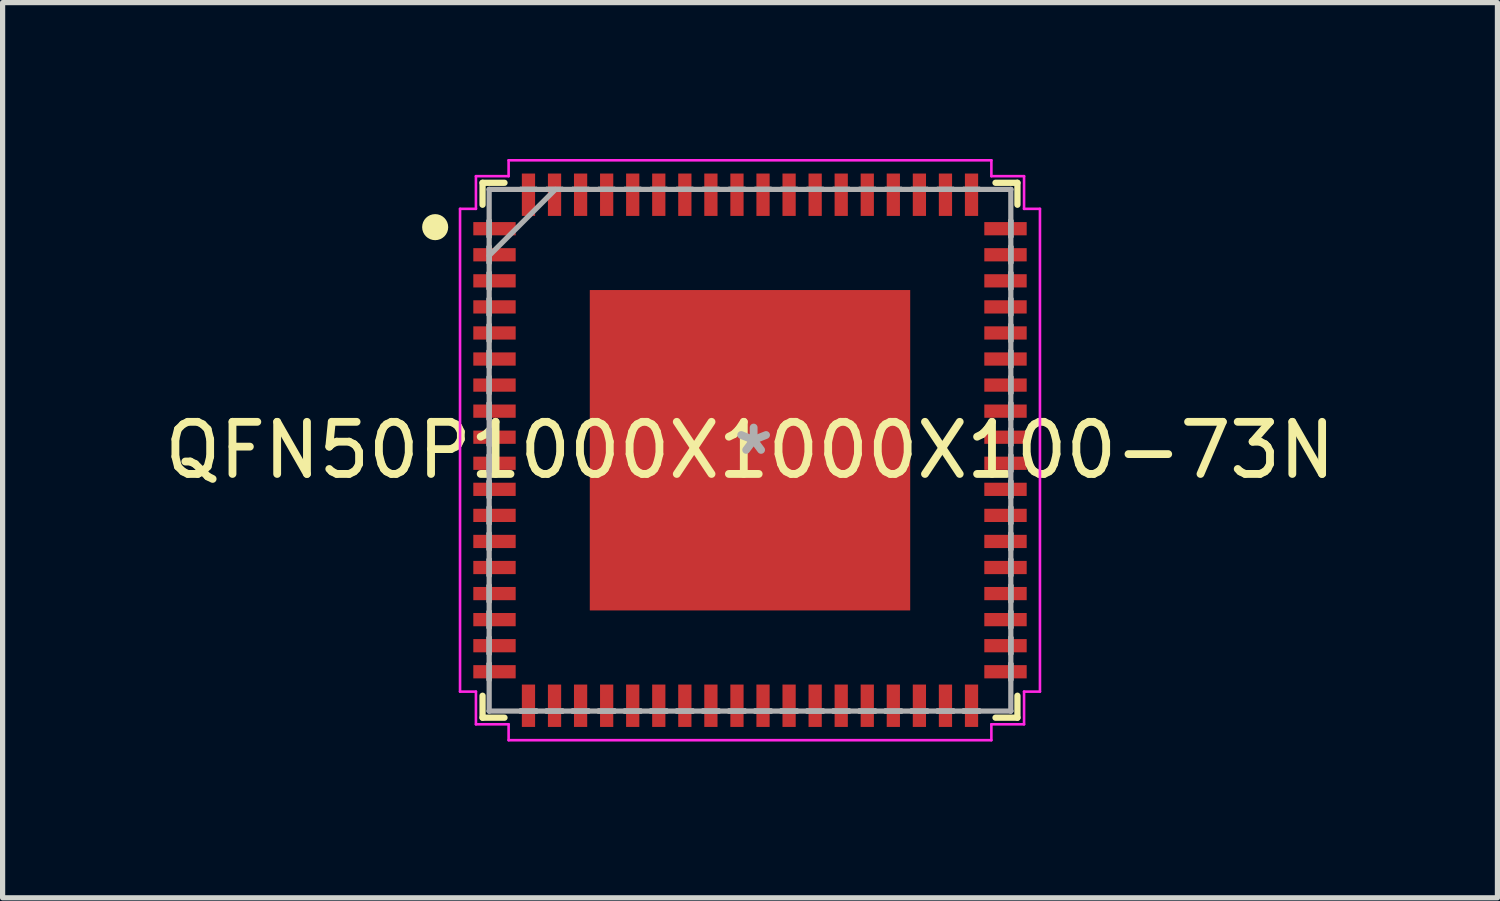
<source format=kicad_pcb>
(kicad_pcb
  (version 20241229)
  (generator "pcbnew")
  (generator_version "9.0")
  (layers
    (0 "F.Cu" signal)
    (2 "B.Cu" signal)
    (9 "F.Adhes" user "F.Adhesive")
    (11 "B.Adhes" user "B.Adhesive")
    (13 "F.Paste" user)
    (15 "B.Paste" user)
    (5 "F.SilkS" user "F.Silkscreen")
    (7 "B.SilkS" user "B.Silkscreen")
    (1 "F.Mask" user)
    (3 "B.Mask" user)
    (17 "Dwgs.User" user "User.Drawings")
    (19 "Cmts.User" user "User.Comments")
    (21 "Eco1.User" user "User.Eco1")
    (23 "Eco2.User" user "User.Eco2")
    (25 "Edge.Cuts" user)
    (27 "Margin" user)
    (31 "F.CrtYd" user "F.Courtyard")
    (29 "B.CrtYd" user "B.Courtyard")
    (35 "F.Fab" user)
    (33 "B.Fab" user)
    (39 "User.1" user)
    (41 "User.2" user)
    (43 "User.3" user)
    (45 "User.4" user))
  (footprint "QFN50P1000X1000X100-73N"
    (layer "F.Cu")
    (at 11.339 5.588)
    (property "Reference" "QFN50P1000X1000X100-73N" (at 0 0 0) (layer "F.SilkS") (effects (font (size 1 1) (thickness 0.15))))
    (attr through_hole)
    (fp_line (start -5.131 -5.131) (end -5.131 -4.71) (stroke (width 0.12) (type solid)) (layer "F.SilkS"))
    (fp_line (start -5.131 4.71) (end -5.131 5.131) (stroke (width 0.12) (type solid)) (layer "F.SilkS"))
    (fp_line (start -5.131 5.131) (end -4.71 5.131) (stroke (width 0.12) (type solid)) (layer "F.SilkS"))
    (fp_line (start -4.71 -5.131) (end -5.131 -5.131) (stroke (width 0.12) (type solid)) (layer "F.SilkS"))
    (fp_line (start 4.71 5.131) (end 5.131 5.131) (stroke (width 0.12) (type solid)) (layer "F.SilkS"))
    (fp_line (start 5.131 -5.131) (end 4.71 -5.131) (stroke (width 0.12) (type solid)) (layer "F.SilkS"))
    (fp_line (start 5.131 -4.71) (end 5.131 -5.131) (stroke (width 0.12) (type solid)) (layer "F.SilkS"))
    (fp_line (start 5.131 5.131) (end 5.131 4.71) (stroke (width 0.12) (type solid)) (layer "F.SilkS"))
    (fp_circle (center -6.04 -4.28) (end -6.04 -4.155) (stroke (width 0.25) (type solid)) (fill no) (layer "F.SilkS"))
    (fp_poly (pts (xy -2.973 -2.973) (xy -2.973 -1.637) (xy -1.637 -1.637) (xy -1.637 -2.973)) (stroke (width 0.1) (type solid)) (fill yes) (layer "F.Paste"))
    (fp_poly (pts (xy -2.973 -1.437) (xy -2.973 -0.1) (xy -1.637 -0.1) (xy -1.637 -1.437)) (stroke (width 0.1) (type solid)) (fill yes) (layer "F.Paste"))
    (fp_poly (pts (xy -2.973 0.1) (xy -2.973 1.437) (xy -1.637 1.437) (xy -1.637 0.1)) (stroke (width 0.1) (type solid)) (fill yes) (layer "F.Paste"))
    (fp_poly (pts (xy -2.973 1.637) (xy -2.973 2.973) (xy -1.637 2.973) (xy -1.637 1.637)) (stroke (width 0.1) (type solid)) (fill yes) (layer "F.Paste"))
    (fp_poly (pts (xy -1.437 -2.973) (xy -1.437 -1.637) (xy -0.1 -1.637) (xy -0.1 -2.973)) (stroke (width 0.1) (type solid)) (fill yes) (layer "F.Paste"))
    (fp_poly (pts (xy -1.437 -1.437) (xy -1.437 -0.1) (xy -0.1 -0.1) (xy -0.1 -1.437)) (stroke (width 0.1) (type solid)) (fill yes) (layer "F.Paste"))
    (fp_poly (pts (xy -1.437 0.1) (xy -1.437 1.437) (xy -0.1 1.437) (xy -0.1 0.1)) (stroke (width 0.1) (type solid)) (fill yes) (layer "F.Paste"))
    (fp_poly (pts (xy -1.437 1.637) (xy -1.437 2.973) (xy -0.1 2.973) (xy -0.1 1.637)) (stroke (width 0.1) (type solid)) (fill yes) (layer "F.Paste"))
    (fp_poly (pts (xy 0.1 -2.973) (xy 0.1 -1.637) (xy 1.437 -1.637) (xy 1.437 -2.973)) (stroke (width 0.1) (type solid)) (fill yes) (layer "F.Paste"))
    (fp_poly (pts (xy 0.1 -1.437) (xy 0.1 -0.1) (xy 1.437 -0.1) (xy 1.437 -1.437)) (stroke (width 0.1) (type solid)) (fill yes) (layer "F.Paste"))
    (fp_poly (pts (xy 0.1 0.1) (xy 0.1 1.437) (xy 1.437 1.437) (xy 1.437 0.1)) (stroke (width 0.1) (type solid)) (fill yes) (layer "F.Paste"))
    (fp_poly (pts (xy 0.1 1.637) (xy 0.1 2.973) (xy 1.437 2.973) (xy 1.437 1.637)) (stroke (width 0.1) (type solid)) (fill yes) (layer "F.Paste"))
    (fp_poly (pts (xy 1.637 -2.973) (xy 1.637 -1.637) (xy 2.973 -1.637) (xy 2.973 -2.973)) (stroke (width 0.1) (type solid)) (fill yes) (layer "F.Paste"))
    (fp_poly (pts (xy 1.637 -1.437) (xy 1.637 -0.1) (xy 2.973 -0.1) (xy 2.973 -1.437)) (stroke (width 0.1) (type solid)) (fill yes) (layer "F.Paste"))
    (fp_poly (pts (xy 1.637 0.1) (xy 1.637 1.437) (xy 2.973 1.437) (xy 2.973 0.1)) (stroke (width 0.1) (type solid)) (fill yes) (layer "F.Paste"))
    (fp_poly (pts (xy 1.637 1.637) (xy 1.637 2.973) (xy 2.973 2.973) (xy 2.973 1.637)) (stroke (width 0.1) (type solid)) (fill yes) (layer "F.Paste"))
    (fp_line (start -5.563 -4.631) (end -5.258 -4.631) (stroke (width 0.05) (type solid)) (layer "F.CrtYd"))
    (fp_line (start -5.563 4.631) (end -5.563 -4.631) (stroke (width 0.05) (type solid)) (layer "F.CrtYd"))
    (fp_line (start -5.258 -5.258) (end -4.631 -5.258) (stroke (width 0.05) (type solid)) (layer "F.CrtYd"))
    (fp_line (start -5.258 -4.631) (end -5.258 -5.258) (stroke (width 0.05) (type solid)) (layer "F.CrtYd"))
    (fp_line (start -5.258 4.631) (end -5.563 4.631) (stroke (width 0.05) (type solid)) (layer "F.CrtYd"))
    (fp_line (start -5.258 5.258) (end -5.258 4.631) (stroke (width 0.05) (type solid)) (layer "F.CrtYd"))
    (fp_line (start -4.631 -5.563) (end 4.631 -5.563) (stroke (width 0.05) (type solid)) (layer "F.CrtYd"))
    (fp_line (start -4.631 -5.258) (end -4.631 -5.563) (stroke (width 0.05) (type solid)) (layer "F.CrtYd"))
    (fp_line (start -4.631 5.258) (end -5.258 5.258) (stroke (width 0.05) (type solid)) (layer "F.CrtYd"))
    (fp_line (start -4.631 5.563) (end -4.631 5.258) (stroke (width 0.05) (type solid)) (layer "F.CrtYd"))
    (fp_line (start 4.631 -5.563) (end 4.631 -5.258) (stroke (width 0.05) (type solid)) (layer "F.CrtYd"))
    (fp_line (start 4.631 -5.258) (end 5.258 -5.258) (stroke (width 0.05) (type solid)) (layer "F.CrtYd"))
    (fp_line (start 4.631 5.258) (end 4.631 5.563) (stroke (width 0.05) (type solid)) (layer "F.CrtYd"))
    (fp_line (start 4.631 5.563) (end -4.631 5.563) (stroke (width 0.05) (type solid)) (layer "F.CrtYd"))
    (fp_line (start 5.258 -5.258) (end 5.258 -4.631) (stroke (width 0.05) (type solid)) (layer "F.CrtYd"))
    (fp_line (start 5.258 -4.631) (end 5.563 -4.631) (stroke (width 0.05) (type solid)) (layer "F.CrtYd"))
    (fp_line (start 5.258 4.631) (end 5.258 5.258) (stroke (width 0.05) (type solid)) (layer "F.CrtYd"))
    (fp_line (start 5.258 5.258) (end 4.631 5.258) (stroke (width 0.05) (type solid)) (layer "F.CrtYd"))
    (fp_line (start 5.563 -4.631) (end 5.563 4.631) (stroke (width 0.05) (type solid)) (layer "F.CrtYd"))
    (fp_line (start 5.563 4.631) (end 5.258 4.631) (stroke (width 0.05) (type solid)) (layer "F.CrtYd"))
    (fp_line (start -5.004 -5.004) (end -5.004 -5.004) (stroke (width 0.1) (type solid)) (layer "F.Fab"))
    (fp_line (start -5.004 -5.004) (end -5.004 5.004) (stroke (width 0.1) (type solid)) (layer "F.Fab"))
    (fp_line (start -5.004 -4.402) (end -5.004 -4.402) (stroke (width 0.1) (type solid)) (layer "F.Fab"))
    (fp_line (start -5.004 -4.402) (end -5.004 -4.098) (stroke (width 0.1) (type solid)) (layer "F.Fab"))
    (fp_line (start -5.004 -4.098) (end -5.004 -4.402) (stroke (width 0.1) (type solid)) (layer "F.Fab"))
    (fp_line (start -5.004 -4.098) (end -5.004 -4.098) (stroke (width 0.1) (type solid)) (layer "F.Fab"))
    (fp_line (start -5.004 -3.902) (end -5.004 -3.902) (stroke (width 0.1) (type solid)) (layer "F.Fab"))
    (fp_line (start -5.004 -3.902) (end -5.004 -3.598) (stroke (width 0.1) (type solid)) (layer "F.Fab"))
    (fp_line (start -5.004 -3.734) (end -3.734 -5.004) (stroke (width 0.1) (type solid)) (layer "F.Fab"))
    (fp_line (start -5.004 -3.598) (end -5.004 -3.902) (stroke (width 0.1) (type solid)) (layer "F.Fab"))
    (fp_line (start -5.004 -3.598) (end -5.004 -3.598) (stroke (width 0.1) (type solid)) (layer "F.Fab"))
    (fp_line (start -5.004 -3.402) (end -5.004 -3.402) (stroke (width 0.1) (type solid)) (layer "F.Fab"))
    (fp_line (start -5.004 -3.402) (end -5.004 -3.098) (stroke (width 0.1) (type solid)) (layer "F.Fab"))
    (fp_line (start -5.004 -3.098) (end -5.004 -3.402) (stroke (width 0.1) (type solid)) (layer "F.Fab"))
    (fp_line (start -5.004 -3.098) (end -5.004 -3.098) (stroke (width 0.1) (type solid)) (layer "F.Fab"))
    (fp_line (start -5.004 -2.902) (end -5.004 -2.902) (stroke (width 0.1) (type solid)) (layer "F.Fab"))
    (fp_line (start -5.004 -2.902) (end -5.004 -2.598) (stroke (width 0.1) (type solid)) (layer "F.Fab"))
    (fp_line (start -5.004 -2.598) (end -5.004 -2.902) (stroke (width 0.1) (type solid)) (layer "F.Fab"))
    (fp_line (start -5.004 -2.598) (end -5.004 -2.598) (stroke (width 0.1) (type solid)) (layer "F.Fab"))
    (fp_line (start -5.004 -2.402) (end -5.004 -2.402) (stroke (width 0.1) (type solid)) (layer "F.Fab"))
    (fp_line (start -5.004 -2.402) (end -5.004 -2.098) (stroke (width 0.1) (type solid)) (layer "F.Fab"))
    (fp_line (start -5.004 -2.098) (end -5.004 -2.402) (stroke (width 0.1) (type solid)) (layer "F.Fab"))
    (fp_line (start -5.004 -2.098) (end -5.004 -2.098) (stroke (width 0.1) (type solid)) (layer "F.Fab"))
    (fp_line (start -5.004 -1.902) (end -5.004 -1.902) (stroke (width 0.1) (type solid)) (layer "F.Fab"))
    (fp_line (start -5.004 -1.902) (end -5.004 -1.598) (stroke (width 0.1) (type solid)) (layer "F.Fab"))
    (fp_line (start -5.004 -1.598) (end -5.004 -1.902) (stroke (width 0.1) (type solid)) (layer "F.Fab"))
    (fp_line (start -5.004 -1.598) (end -5.004 -1.598) (stroke (width 0.1) (type solid)) (layer "F.Fab"))
    (fp_line (start -5.004 -1.402) (end -5.004 -1.402) (stroke (width 0.1) (type solid)) (layer "F.Fab"))
    (fp_line (start -5.004 -1.402) (end -5.004 -1.098) (stroke (width 0.1) (type solid)) (layer "F.Fab"))
    (fp_line (start -5.004 -1.098) (end -5.004 -1.402) (stroke (width 0.1) (type solid)) (layer "F.Fab"))
    (fp_line (start -5.004 -1.098) (end -5.004 -1.098) (stroke (width 0.1) (type solid)) (layer "F.Fab"))
    (fp_line (start -5.004 -0.902) (end -5.004 -0.902) (stroke (width 0.1) (type solid)) (layer "F.Fab"))
    (fp_line (start -5.004 -0.902) (end -5.004 -0.598) (stroke (width 0.1) (type solid)) (layer "F.Fab"))
    (fp_line (start -5.004 -0.598) (end -5.004 -0.902) (stroke (width 0.1) (type solid)) (layer "F.Fab"))
    (fp_line (start -5.004 -0.598) (end -5.004 -0.598) (stroke (width 0.1) (type solid)) (layer "F.Fab"))
    (fp_line (start -5.004 -0.402) (end -5.004 -0.402) (stroke (width 0.1) (type solid)) (layer "F.Fab"))
    (fp_line (start -5.004 -0.402) (end -5.004 -0.098) (stroke (width 0.1) (type solid)) (layer "F.Fab"))
    (fp_line (start -5.004 -0.098) (end -5.004 -0.402) (stroke (width 0.1) (type solid)) (layer "F.Fab"))
    (fp_line (start -5.004 -0.098) (end -5.004 -0.098) (stroke (width 0.1) (type solid)) (layer "F.Fab"))
    (fp_line (start -5.004 0.098) (end -5.004 0.098) (stroke (width 0.1) (type solid)) (layer "F.Fab"))
    (fp_line (start -5.004 0.098) (end -5.004 0.402) (stroke (width 0.1) (type solid)) (layer "F.Fab"))
    (fp_line (start -5.004 0.402) (end -5.004 0.098) (stroke (width 0.1) (type solid)) (layer "F.Fab"))
    (fp_line (start -5.004 0.402) (end -5.004 0.402) (stroke (width 0.1) (type solid)) (layer "F.Fab"))
    (fp_line (start -5.004 0.598) (end -5.004 0.598) (stroke (width 0.1) (type solid)) (layer "F.Fab"))
    (fp_line (start -5.004 0.598) (end -5.004 0.902) (stroke (width 0.1) (type solid)) (layer "F.Fab"))
    (fp_line (start -5.004 0.902) (end -5.004 0.598) (stroke (width 0.1) (type solid)) (layer "F.Fab"))
    (fp_line (start -5.004 0.902) (end -5.004 0.902) (stroke (width 0.1) (type solid)) (layer "F.Fab"))
    (fp_line (start -5.004 1.098) (end -5.004 1.098) (stroke (width 0.1) (type solid)) (layer "F.Fab"))
    (fp_line (start -5.004 1.098) (end -5.004 1.402) (stroke (width 0.1) (type solid)) (layer "F.Fab"))
    (fp_line (start -5.004 1.402) (end -5.004 1.098) (stroke (width 0.1) (type solid)) (layer "F.Fab"))
    (fp_line (start -5.004 1.402) (end -5.004 1.402) (stroke (width 0.1) (type solid)) (layer "F.Fab"))
    (fp_line (start -5.004 1.598) (end -5.004 1.598) (stroke (width 0.1) (type solid)) (layer "F.Fab"))
    (fp_line (start -5.004 1.598) (end -5.004 1.902) (stroke (width 0.1) (type solid)) (layer "F.Fab"))
    (fp_line (start -5.004 1.902) (end -5.004 1.598) (stroke (width 0.1) (type solid)) (layer "F.Fab"))
    (fp_line (start -5.004 1.902) (end -5.004 1.902) (stroke (width 0.1) (type solid)) (layer "F.Fab"))
    (fp_line (start -5.004 2.098) (end -5.004 2.098) (stroke (width 0.1) (type solid)) (layer "F.Fab"))
    (fp_line (start -5.004 2.098) (end -5.004 2.402) (stroke (width 0.1) (type solid)) (layer "F.Fab"))
    (fp_line (start -5.004 2.402) (end -5.004 2.098) (stroke (width 0.1) (type solid)) (layer "F.Fab"))
    (fp_line (start -5.004 2.402) (end -5.004 2.402) (stroke (width 0.1) (type solid)) (layer "F.Fab"))
    (fp_line (start -5.004 2.598) (end -5.004 2.598) (stroke (width 0.1) (type solid)) (layer "F.Fab"))
    (fp_line (start -5.004 2.598) (end -5.004 2.902) (stroke (width 0.1) (type solid)) (layer "F.Fab"))
    (fp_line (start -5.004 2.902) (end -5.004 2.598) (stroke (width 0.1) (type solid)) (layer "F.Fab"))
    (fp_line (start -5.004 2.902) (end -5.004 2.902) (stroke (width 0.1) (type solid)) (layer "F.Fab"))
    (fp_line (start -5.004 3.098) (end -5.004 3.098) (stroke (width 0.1) (type solid)) (layer "F.Fab"))
    (fp_line (start -5.004 3.098) (end -5.004 3.402) (stroke (width 0.1) (type solid)) (layer "F.Fab"))
    (fp_line (start -5.004 3.402) (end -5.004 3.098) (stroke (width 0.1) (type solid)) (layer "F.Fab"))
    (fp_line (start -5.004 3.402) (end -5.004 3.402) (stroke (width 0.1) (type solid)) (layer "F.Fab"))
    (fp_line (start -5.004 3.598) (end -5.004 3.598) (stroke (width 0.1) (type solid)) (layer "F.Fab"))
    (fp_line (start -5.004 3.598) (end -5.004 3.902) (stroke (width 0.1) (type solid)) (layer "F.Fab"))
    (fp_line (start -5.004 3.902) (end -5.004 3.598) (stroke (width 0.1) (type solid)) (layer "F.Fab"))
    (fp_line (start -5.004 3.902) (end -5.004 3.902) (stroke (width 0.1) (type solid)) (layer "F.Fab"))
    (fp_line (start -5.004 4.098) (end -5.004 4.098) (stroke (width 0.1) (type solid)) (layer "F.Fab"))
    (fp_line (start -5.004 4.098) (end -5.004 4.402) (stroke (width 0.1) (type solid)) (layer "F.Fab"))
    (fp_line (start -5.004 4.402) (end -5.004 4.098) (stroke (width 0.1) (type solid)) (layer "F.Fab"))
    (fp_line (start -5.004 4.402) (end -5.004 4.402) (stroke (width 0.1) (type solid)) (layer "F.Fab"))
    (fp_line (start -5.004 5.004) (end -5.004 5.004) (stroke (width 0.1) (type solid)) (layer "F.Fab"))
    (fp_line (start -5.004 5.004) (end 5.004 5.004) (stroke (width 0.1) (type solid)) (layer "F.Fab"))
    (fp_line (start -4.402 -5.004) (end -4.402 -5.004) (stroke (width 0.1) (type solid)) (layer "F.Fab"))
    (fp_line (start -4.402 -5.004) (end -4.098 -5.004) (stroke (width 0.1) (type solid)) (layer "F.Fab"))
    (fp_line (start -4.402 5.004) (end -4.402 5.004) (stroke (width 0.1) (type solid)) (layer "F.Fab"))
    (fp_line (start -4.402 5.004) (end -4.098 5.004) (stroke (width 0.1) (type solid)) (layer "F.Fab"))
    (fp_line (start -4.098 -5.004) (end -4.402 -5.004) (stroke (width 0.1) (type solid)) (layer "F.Fab"))
    (fp_line (start -4.098 -5.004) (end -4.098 -5.004) (stroke (width 0.1) (type solid)) (layer "F.Fab"))
    (fp_line (start -4.098 5.004) (end -4.402 5.004) (stroke (width 0.1) (type solid)) (layer "F.Fab"))
    (fp_line (start -4.098 5.004) (end -4.098 5.004) (stroke (width 0.1) (type solid)) (layer "F.Fab"))
    (fp_line (start -3.902 -5.004) (end -3.902 -5.004) (stroke (width 0.1) (type solid)) (layer "F.Fab"))
    (fp_line (start -3.902 -5.004) (end -3.598 -5.004) (stroke (width 0.1) (type solid)) (layer "F.Fab"))
    (fp_line (start -3.902 5.004) (end -3.902 5.004) (stroke (width 0.1) (type solid)) (layer "F.Fab"))
    (fp_line (start -3.902 5.004) (end -3.598 5.004) (stroke (width 0.1) (type solid)) (layer "F.Fab"))
    (fp_line (start -3.598 -5.004) (end -3.902 -5.004) (stroke (width 0.1) (type solid)) (layer "F.Fab"))
    (fp_line (start -3.598 -5.004) (end -3.598 -5.004) (stroke (width 0.1) (type solid)) (layer "F.Fab"))
    (fp_line (start -3.598 5.004) (end -3.902 5.004) (stroke (width 0.1) (type solid)) (layer "F.Fab"))
    (fp_line (start -3.598 5.004) (end -3.598 5.004) (stroke (width 0.1) (type solid)) (layer "F.Fab"))
    (fp_line (start -3.402 -5.004) (end -3.402 -5.004) (stroke (width 0.1) (type solid)) (layer "F.Fab"))
    (fp_line (start -3.402 -5.004) (end -3.098 -5.004) (stroke (width 0.1) (type solid)) (layer "F.Fab"))
    (fp_line (start -3.402 5.004) (end -3.402 5.004) (stroke (width 0.1) (type solid)) (layer "F.Fab"))
    (fp_line (start -3.402 5.004) (end -3.098 5.004) (stroke (width 0.1) (type solid)) (layer "F.Fab"))
    (fp_line (start -3.098 -5.004) (end -3.402 -5.004) (stroke (width 0.1) (type solid)) (layer "F.Fab"))
    (fp_line (start -3.098 -5.004) (end -3.098 -5.004) (stroke (width 0.1) (type solid)) (layer "F.Fab"))
    (fp_line (start -3.098 5.004) (end -3.402 5.004) (stroke (width 0.1) (type solid)) (layer "F.Fab"))
    (fp_line (start -3.098 5.004) (end -3.098 5.004) (stroke (width 0.1) (type solid)) (layer "F.Fab"))
    (fp_line (start -2.902 -5.004) (end -2.902 -5.004) (stroke (width 0.1) (type solid)) (layer "F.Fab"))
    (fp_line (start -2.902 -5.004) (end -2.598 -5.004) (stroke (width 0.1) (type solid)) (layer "F.Fab"))
    (fp_line (start -2.902 5.004) (end -2.902 5.004) (stroke (width 0.1) (type solid)) (layer "F.Fab"))
    (fp_line (start -2.902 5.004) (end -2.598 5.004) (stroke (width 0.1) (type solid)) (layer "F.Fab"))
    (fp_line (start -2.598 -5.004) (end -2.902 -5.004) (stroke (width 0.1) (type solid)) (layer "F.Fab"))
    (fp_line (start -2.598 -5.004) (end -2.598 -5.004) (stroke (width 0.1) (type solid)) (layer "F.Fab"))
    (fp_line (start -2.598 5.004) (end -2.902 5.004) (stroke (width 0.1) (type solid)) (layer "F.Fab"))
    (fp_line (start -2.598 5.004) (end -2.598 5.004) (stroke (width 0.1) (type solid)) (layer "F.Fab"))
    (fp_line (start -2.402 -5.004) (end -2.402 -5.004) (stroke (width 0.1) (type solid)) (layer "F.Fab"))
    (fp_line (start -2.402 -5.004) (end -2.098 -5.004) (stroke (width 0.1) (type solid)) (layer "F.Fab"))
    (fp_line (start -2.402 5.004) (end -2.402 5.004) (stroke (width 0.1) (type solid)) (layer "F.Fab"))
    (fp_line (start -2.402 5.004) (end -2.098 5.004) (stroke (width 0.1) (type solid)) (layer "F.Fab"))
    (fp_line (start -2.098 -5.004) (end -2.402 -5.004) (stroke (width 0.1) (type solid)) (layer "F.Fab"))
    (fp_line (start -2.098 -5.004) (end -2.098 -5.004) (stroke (width 0.1) (type solid)) (layer "F.Fab"))
    (fp_line (start -2.098 5.004) (end -2.402 5.004) (stroke (width 0.1) (type solid)) (layer "F.Fab"))
    (fp_line (start -2.098 5.004) (end -2.098 5.004) (stroke (width 0.1) (type solid)) (layer "F.Fab"))
    (fp_line (start -1.902 -5.004) (end -1.902 -5.004) (stroke (width 0.1) (type solid)) (layer "F.Fab"))
    (fp_line (start -1.902 -5.004) (end -1.598 -5.004) (stroke (width 0.1) (type solid)) (layer "F.Fab"))
    (fp_line (start -1.902 5.004) (end -1.902 5.004) (stroke (width 0.1) (type solid)) (layer "F.Fab"))
    (fp_line (start -1.902 5.004) (end -1.598 5.004) (stroke (width 0.1) (type solid)) (layer "F.Fab"))
    (fp_line (start -1.598 -5.004) (end -1.902 -5.004) (stroke (width 0.1) (type solid)) (layer "F.Fab"))
    (fp_line (start -1.598 -5.004) (end -1.598 -5.004) (stroke (width 0.1) (type solid)) (layer "F.Fab"))
    (fp_line (start -1.598 5.004) (end -1.902 5.004) (stroke (width 0.1) (type solid)) (layer "F.Fab"))
    (fp_line (start -1.598 5.004) (end -1.598 5.004) (stroke (width 0.1) (type solid)) (layer "F.Fab"))
    (fp_line (start -1.402 -5.004) (end -1.402 -5.004) (stroke (width 0.1) (type solid)) (layer "F.Fab"))
    (fp_line (start -1.402 -5.004) (end -1.098 -5.004) (stroke (width 0.1) (type solid)) (layer "F.Fab"))
    (fp_line (start -1.402 5.004) (end -1.402 5.004) (stroke (width 0.1) (type solid)) (layer "F.Fab"))
    (fp_line (start -1.402 5.004) (end -1.098 5.004) (stroke (width 0.1) (type solid)) (layer "F.Fab"))
    (fp_line (start -1.098 -5.004) (end -1.402 -5.004) (stroke (width 0.1) (type solid)) (layer "F.Fab"))
    (fp_line (start -1.098 -5.004) (end -1.098 -5.004) (stroke (width 0.1) (type solid)) (layer "F.Fab"))
    (fp_line (start -1.098 5.004) (end -1.402 5.004) (stroke (width 0.1) (type solid)) (layer "F.Fab"))
    (fp_line (start -1.098 5.004) (end -1.098 5.004) (stroke (width 0.1) (type solid)) (layer "F.Fab"))
    (fp_line (start -0.902 -5.004) (end -0.902 -5.004) (stroke (width 0.1) (type solid)) (layer "F.Fab"))
    (fp_line (start -0.902 -5.004) (end -0.598 -5.004) (stroke (width 0.1) (type solid)) (layer "F.Fab"))
    (fp_line (start -0.902 5.004) (end -0.902 5.004) (stroke (width 0.1) (type solid)) (layer "F.Fab"))
    (fp_line (start -0.902 5.004) (end -0.598 5.004) (stroke (width 0.1) (type solid)) (layer "F.Fab"))
    (fp_line (start -0.598 -5.004) (end -0.902 -5.004) (stroke (width 0.1) (type solid)) (layer "F.Fab"))
    (fp_line (start -0.598 -5.004) (end -0.598 -5.004) (stroke (width 0.1) (type solid)) (layer "F.Fab"))
    (fp_line (start -0.598 5.004) (end -0.902 5.004) (stroke (width 0.1) (type solid)) (layer "F.Fab"))
    (fp_line (start -0.598 5.004) (end -0.598 5.004) (stroke (width 0.1) (type solid)) (layer "F.Fab"))
    (fp_line (start -0.402 -5.004) (end -0.402 -5.004) (stroke (width 0.1) (type solid)) (layer "F.Fab"))
    (fp_line (start -0.402 -5.004) (end -0.098 -5.004) (stroke (width 0.1) (type solid)) (layer "F.Fab"))
    (fp_line (start -0.402 5.004) (end -0.402 5.004) (stroke (width 0.1) (type solid)) (layer "F.Fab"))
    (fp_line (start -0.402 5.004) (end -0.098 5.004) (stroke (width 0.1) (type solid)) (layer "F.Fab"))
    (fp_line (start -0.098 -5.004) (end -0.402 -5.004) (stroke (width 0.1) (type solid)) (layer "F.Fab"))
    (fp_line (start -0.098 -5.004) (end -0.098 -5.004) (stroke (width 0.1) (type solid)) (layer "F.Fab"))
    (fp_line (start -0.098 5.004) (end -0.402 5.004) (stroke (width 0.1) (type solid)) (layer "F.Fab"))
    (fp_line (start -0.098 5.004) (end -0.098 5.004) (stroke (width 0.1) (type solid)) (layer "F.Fab"))
    (fp_line (start 0.098 -5.004) (end 0.098 -5.004) (stroke (width 0.1) (type solid)) (layer "F.Fab"))
    (fp_line (start 0.098 -5.004) (end 0.402 -5.004) (stroke (width 0.1) (type solid)) (layer "F.Fab"))
    (fp_line (start 0.098 5.004) (end 0.098 5.004) (stroke (width 0.1) (type solid)) (layer "F.Fab"))
    (fp_line (start 0.098 5.004) (end 0.402 5.004) (stroke (width 0.1) (type solid)) (layer "F.Fab"))
    (fp_line (start 0.402 -5.004) (end 0.098 -5.004) (stroke (width 0.1) (type solid)) (layer "F.Fab"))
    (fp_line (start 0.402 -5.004) (end 0.402 -5.004) (stroke (width 0.1) (type solid)) (layer "F.Fab"))
    (fp_line (start 0.402 5.004) (end 0.098 5.004) (stroke (width 0.1) (type solid)) (layer "F.Fab"))
    (fp_line (start 0.402 5.004) (end 0.402 5.004) (stroke (width 0.1) (type solid)) (layer "F.Fab"))
    (fp_line (start 0.598 -5.004) (end 0.598 -5.004) (stroke (width 0.1) (type solid)) (layer "F.Fab"))
    (fp_line (start 0.598 -5.004) (end 0.902 -5.004) (stroke (width 0.1) (type solid)) (layer "F.Fab"))
    (fp_line (start 0.598 5.004) (end 0.598 5.004) (stroke (width 0.1) (type solid)) (layer "F.Fab"))
    (fp_line (start 0.598 5.004) (end 0.902 5.004) (stroke (width 0.1) (type solid)) (layer "F.Fab"))
    (fp_line (start 0.902 -5.004) (end 0.598 -5.004) (stroke (width 0.1) (type solid)) (layer "F.Fab"))
    (fp_line (start 0.902 -5.004) (end 0.902 -5.004) (stroke (width 0.1) (type solid)) (layer "F.Fab"))
    (fp_line (start 0.902 5.004) (end 0.598 5.004) (stroke (width 0.1) (type solid)) (layer "F.Fab"))
    (fp_line (start 0.902 5.004) (end 0.902 5.004) (stroke (width 0.1) (type solid)) (layer "F.Fab"))
    (fp_line (start 1.098 -5.004) (end 1.098 -5.004) (stroke (width 0.1) (type solid)) (layer "F.Fab"))
    (fp_line (start 1.098 -5.004) (end 1.402 -5.004) (stroke (width 0.1) (type solid)) (layer "F.Fab"))
    (fp_line (start 1.098 5.004) (end 1.098 5.004) (stroke (width 0.1) (type solid)) (layer "F.Fab"))
    (fp_line (start 1.098 5.004) (end 1.402 5.004) (stroke (width 0.1) (type solid)) (layer "F.Fab"))
    (fp_line (start 1.402 -5.004) (end 1.098 -5.004) (stroke (width 0.1) (type solid)) (layer "F.Fab"))
    (fp_line (start 1.402 -5.004) (end 1.402 -5.004) (stroke (width 0.1) (type solid)) (layer "F.Fab"))
    (fp_line (start 1.402 5.004) (end 1.098 5.004) (stroke (width 0.1) (type solid)) (layer "F.Fab"))
    (fp_line (start 1.402 5.004) (end 1.402 5.004) (stroke (width 0.1) (type solid)) (layer "F.Fab"))
    (fp_line (start 1.598 -5.004) (end 1.598 -5.004) (stroke (width 0.1) (type solid)) (layer "F.Fab"))
    (fp_line (start 1.598 -5.004) (end 1.902 -5.004) (stroke (width 0.1) (type solid)) (layer "F.Fab"))
    (fp_line (start 1.598 5.004) (end 1.598 5.004) (stroke (width 0.1) (type solid)) (layer "F.Fab"))
    (fp_line (start 1.598 5.004) (end 1.902 5.004) (stroke (width 0.1) (type solid)) (layer "F.Fab"))
    (fp_line (start 1.902 -5.004) (end 1.598 -5.004) (stroke (width 0.1) (type solid)) (layer "F.Fab"))
    (fp_line (start 1.902 -5.004) (end 1.902 -5.004) (stroke (width 0.1) (type solid)) (layer "F.Fab"))
    (fp_line (start 1.902 5.004) (end 1.598 5.004) (stroke (width 0.1) (type solid)) (layer "F.Fab"))
    (fp_line (start 1.902 5.004) (end 1.902 5.004) (stroke (width 0.1) (type solid)) (layer "F.Fab"))
    (fp_line (start 2.098 -5.004) (end 2.098 -5.004) (stroke (width 0.1) (type solid)) (layer "F.Fab"))
    (fp_line (start 2.098 -5.004) (end 2.402 -5.004) (stroke (width 0.1) (type solid)) (layer "F.Fab"))
    (fp_line (start 2.098 5.004) (end 2.098 5.004) (stroke (width 0.1) (type solid)) (layer "F.Fab"))
    (fp_line (start 2.098 5.004) (end 2.402 5.004) (stroke (width 0.1) (type solid)) (layer "F.Fab"))
    (fp_line (start 2.402 -5.004) (end 2.098 -5.004) (stroke (width 0.1) (type solid)) (layer "F.Fab"))
    (fp_line (start 2.402 -5.004) (end 2.402 -5.004) (stroke (width 0.1) (type solid)) (layer "F.Fab"))
    (fp_line (start 2.402 5.004) (end 2.098 5.004) (stroke (width 0.1) (type solid)) (layer "F.Fab"))
    (fp_line (start 2.402 5.004) (end 2.402 5.004) (stroke (width 0.1) (type solid)) (layer "F.Fab"))
    (fp_line (start 2.598 -5.004) (end 2.598 -5.004) (stroke (width 0.1) (type solid)) (layer "F.Fab"))
    (fp_line (start 2.598 -5.004) (end 2.902 -5.004) (stroke (width 0.1) (type solid)) (layer "F.Fab"))
    (fp_line (start 2.598 5.004) (end 2.598 5.004) (stroke (width 0.1) (type solid)) (layer "F.Fab"))
    (fp_line (start 2.598 5.004) (end 2.902 5.004) (stroke (width 0.1) (type solid)) (layer "F.Fab"))
    (fp_line (start 2.902 -5.004) (end 2.598 -5.004) (stroke (width 0.1) (type solid)) (layer "F.Fab"))
    (fp_line (start 2.902 -5.004) (end 2.902 -5.004) (stroke (width 0.1) (type solid)) (layer "F.Fab"))
    (fp_line (start 2.902 5.004) (end 2.598 5.004) (stroke (width 0.1) (type solid)) (layer "F.Fab"))
    (fp_line (start 2.902 5.004) (end 2.902 5.004) (stroke (width 0.1) (type solid)) (layer "F.Fab"))
    (fp_line (start 3.098 -5.004) (end 3.098 -5.004) (stroke (width 0.1) (type solid)) (layer "F.Fab"))
    (fp_line (start 3.098 -5.004) (end 3.402 -5.004) (stroke (width 0.1) (type solid)) (layer "F.Fab"))
    (fp_line (start 3.098 5.004) (end 3.098 5.004) (stroke (width 0.1) (type solid)) (layer "F.Fab"))
    (fp_line (start 3.098 5.004) (end 3.402 5.004) (stroke (width 0.1) (type solid)) (layer "F.Fab"))
    (fp_line (start 3.402 -5.004) (end 3.098 -5.004) (stroke (width 0.1) (type solid)) (layer "F.Fab"))
    (fp_line (start 3.402 -5.004) (end 3.402 -5.004) (stroke (width 0.1) (type solid)) (layer "F.Fab"))
    (fp_line (start 3.402 5.004) (end 3.098 5.004) (stroke (width 0.1) (type solid)) (layer "F.Fab"))
    (fp_line (start 3.402 5.004) (end 3.402 5.004) (stroke (width 0.1) (type solid)) (layer "F.Fab"))
    (fp_line (start 3.598 -5.004) (end 3.598 -5.004) (stroke (width 0.1) (type solid)) (layer "F.Fab"))
    (fp_line (start 3.598 -5.004) (end 3.902 -5.004) (stroke (width 0.1) (type solid)) (layer "F.Fab"))
    (fp_line (start 3.598 5.004) (end 3.598 5.004) (stroke (width 0.1) (type solid)) (layer "F.Fab"))
    (fp_line (start 3.598 5.004) (end 3.902 5.004) (stroke (width 0.1) (type solid)) (layer "F.Fab"))
    (fp_line (start 3.902 -5.004) (end 3.598 -5.004) (stroke (width 0.1) (type solid)) (layer "F.Fab"))
    (fp_line (start 3.902 -5.004) (end 3.902 -5.004) (stroke (width 0.1) (type solid)) (layer "F.Fab"))
    (fp_line (start 3.902 5.004) (end 3.598 5.004) (stroke (width 0.1) (type solid)) (layer "F.Fab"))
    (fp_line (start 3.902 5.004) (end 3.902 5.004) (stroke (width 0.1) (type solid)) (layer "F.Fab"))
    (fp_line (start 4.098 -5.004) (end 4.098 -5.004) (stroke (width 0.1) (type solid)) (layer "F.Fab"))
    (fp_line (start 4.098 -5.004) (end 4.402 -5.004) (stroke (width 0.1) (type solid)) (layer "F.Fab"))
    (fp_line (start 4.098 5.004) (end 4.098 5.004) (stroke (width 0.1) (type solid)) (layer "F.Fab"))
    (fp_line (start 4.098 5.004) (end 4.402 5.004) (stroke (width 0.1) (type solid)) (layer "F.Fab"))
    (fp_line (start 4.402 -5.004) (end 4.098 -5.004) (stroke (width 0.1) (type solid)) (layer "F.Fab"))
    (fp_line (start 4.402 -5.004) (end 4.402 -5.004) (stroke (width 0.1) (type solid)) (layer "F.Fab"))
    (fp_line (start 4.402 5.004) (end 4.098 5.004) (stroke (width 0.1) (type solid)) (layer "F.Fab"))
    (fp_line (start 4.402 5.004) (end 4.402 5.004) (stroke (width 0.1) (type solid)) (layer "F.Fab"))
    (fp_line (start 5.004 -5.004) (end -5.004 -5.004) (stroke (width 0.1) (type solid)) (layer "F.Fab"))
    (fp_line (start 5.004 -5.004) (end 5.004 -5.004) (stroke (width 0.1) (type solid)) (layer "F.Fab"))
    (fp_line (start 5.004 -4.402) (end 5.004 -4.402) (stroke (width 0.1) (type solid)) (layer "F.Fab"))
    (fp_line (start 5.004 -4.402) (end 5.004 -4.098) (stroke (width 0.1) (type solid)) (layer "F.Fab"))
    (fp_line (start 5.004 -4.098) (end 5.004 -4.402) (stroke (width 0.1) (type solid)) (layer "F.Fab"))
    (fp_line (start 5.004 -4.098) (end 5.004 -4.098) (stroke (width 0.1) (type solid)) (layer "F.Fab"))
    (fp_line (start 5.004 -3.902) (end 5.004 -3.902) (stroke (width 0.1) (type solid)) (layer "F.Fab"))
    (fp_line (start 5.004 -3.902) (end 5.004 -3.598) (stroke (width 0.1) (type solid)) (layer "F.Fab"))
    (fp_line (start 5.004 -3.598) (end 5.004 -3.902) (stroke (width 0.1) (type solid)) (layer "F.Fab"))
    (fp_line (start 5.004 -3.598) (end 5.004 -3.598) (stroke (width 0.1) (type solid)) (layer "F.Fab"))
    (fp_line (start 5.004 -3.402) (end 5.004 -3.402) (stroke (width 0.1) (type solid)) (layer "F.Fab"))
    (fp_line (start 5.004 -3.402) (end 5.004 -3.098) (stroke (width 0.1) (type solid)) (layer "F.Fab"))
    (fp_line (start 5.004 -3.098) (end 5.004 -3.402) (stroke (width 0.1) (type solid)) (layer "F.Fab"))
    (fp_line (start 5.004 -3.098) (end 5.004 -3.098) (stroke (width 0.1) (type solid)) (layer "F.Fab"))
    (fp_line (start 5.004 -2.902) (end 5.004 -2.902) (stroke (width 0.1) (type solid)) (layer "F.Fab"))
    (fp_line (start 5.004 -2.902) (end 5.004 -2.598) (stroke (width 0.1) (type solid)) (layer "F.Fab"))
    (fp_line (start 5.004 -2.598) (end 5.004 -2.902) (stroke (width 0.1) (type solid)) (layer "F.Fab"))
    (fp_line (start 5.004 -2.598) (end 5.004 -2.598) (stroke (width 0.1) (type solid)) (layer "F.Fab"))
    (fp_line (start 5.004 -2.402) (end 5.004 -2.402) (stroke (width 0.1) (type solid)) (layer "F.Fab"))
    (fp_line (start 5.004 -2.402) (end 5.004 -2.098) (stroke (width 0.1) (type solid)) (layer "F.Fab"))
    (fp_line (start 5.004 -2.098) (end 5.004 -2.402) (stroke (width 0.1) (type solid)) (layer "F.Fab"))
    (fp_line (start 5.004 -2.098) (end 5.004 -2.098) (stroke (width 0.1) (type solid)) (layer "F.Fab"))
    (fp_line (start 5.004 -1.902) (end 5.004 -1.902) (stroke (width 0.1) (type solid)) (layer "F.Fab"))
    (fp_line (start 5.004 -1.902) (end 5.004 -1.598) (stroke (width 0.1) (type solid)) (layer "F.Fab"))
    (fp_line (start 5.004 -1.598) (end 5.004 -1.902) (stroke (width 0.1) (type solid)) (layer "F.Fab"))
    (fp_line (start 5.004 -1.598) (end 5.004 -1.598) (stroke (width 0.1) (type solid)) (layer "F.Fab"))
    (fp_line (start 5.004 -1.402) (end 5.004 -1.402) (stroke (width 0.1) (type solid)) (layer "F.Fab"))
    (fp_line (start 5.004 -1.402) (end 5.004 -1.098) (stroke (width 0.1) (type solid)) (layer "F.Fab"))
    (fp_line (start 5.004 -1.098) (end 5.004 -1.402) (stroke (width 0.1) (type solid)) (layer "F.Fab"))
    (fp_line (start 5.004 -1.098) (end 5.004 -1.098) (stroke (width 0.1) (type solid)) (layer "F.Fab"))
    (fp_line (start 5.004 -0.902) (end 5.004 -0.902) (stroke (width 0.1) (type solid)) (layer "F.Fab"))
    (fp_line (start 5.004 -0.902) (end 5.004 -0.598) (stroke (width 0.1) (type solid)) (layer "F.Fab"))
    (fp_line (start 5.004 -0.598) (end 5.004 -0.902) (stroke (width 0.1) (type solid)) (layer "F.Fab"))
    (fp_line (start 5.004 -0.598) (end 5.004 -0.598) (stroke (width 0.1) (type solid)) (layer "F.Fab"))
    (fp_line (start 5.004 -0.402) (end 5.004 -0.402) (stroke (width 0.1) (type solid)) (layer "F.Fab"))
    (fp_line (start 5.004 -0.402) (end 5.004 -0.098) (stroke (width 0.1) (type solid)) (layer "F.Fab"))
    (fp_line (start 5.004 -0.098) (end 5.004 -0.402) (stroke (width 0.1) (type solid)) (layer "F.Fab"))
    (fp_line (start 5.004 -0.098) (end 5.004 -0.098) (stroke (width 0.1) (type solid)) (layer "F.Fab"))
    (fp_line (start 5.004 0.098) (end 5.004 0.098) (stroke (width 0.1) (type solid)) (layer "F.Fab"))
    (fp_line (start 5.004 0.098) (end 5.004 0.402) (stroke (width 0.1) (type solid)) (layer "F.Fab"))
    (fp_line (start 5.004 0.402) (end 5.004 0.098) (stroke (width 0.1) (type solid)) (layer "F.Fab"))
    (fp_line (start 5.004 0.402) (end 5.004 0.402) (stroke (width 0.1) (type solid)) (layer "F.Fab"))
    (fp_line (start 5.004 0.598) (end 5.004 0.598) (stroke (width 0.1) (type solid)) (layer "F.Fab"))
    (fp_line (start 5.004 0.598) (end 5.004 0.902) (stroke (width 0.1) (type solid)) (layer "F.Fab"))
    (fp_line (start 5.004 0.902) (end 5.004 0.598) (stroke (width 0.1) (type solid)) (layer "F.Fab"))
    (fp_line (start 5.004 0.902) (end 5.004 0.902) (stroke (width 0.1) (type solid)) (layer "F.Fab"))
    (fp_line (start 5.004 1.098) (end 5.004 1.098) (stroke (width 0.1) (type solid)) (layer "F.Fab"))
    (fp_line (start 5.004 1.098) (end 5.004 1.402) (stroke (width 0.1) (type solid)) (layer "F.Fab"))
    (fp_line (start 5.004 1.402) (end 5.004 1.098) (stroke (width 0.1) (type solid)) (layer "F.Fab"))
    (fp_line (start 5.004 1.402) (end 5.004 1.402) (stroke (width 0.1) (type solid)) (layer "F.Fab"))
    (fp_line (start 5.004 1.598) (end 5.004 1.598) (stroke (width 0.1) (type solid)) (layer "F.Fab"))
    (fp_line (start 5.004 1.598) (end 5.004 1.902) (stroke (width 0.1) (type solid)) (layer "F.Fab"))
    (fp_line (start 5.004 1.902) (end 5.004 1.598) (stroke (width 0.1) (type solid)) (layer "F.Fab"))
    (fp_line (start 5.004 1.902) (end 5.004 1.902) (stroke (width 0.1) (type solid)) (layer "F.Fab"))
    (fp_line (start 5.004 2.098) (end 5.004 2.098) (stroke (width 0.1) (type solid)) (layer "F.Fab"))
    (fp_line (start 5.004 2.098) (end 5.004 2.402) (stroke (width 0.1) (type solid)) (layer "F.Fab"))
    (fp_line (start 5.004 2.402) (end 5.004 2.098) (stroke (width 0.1) (type solid)) (layer "F.Fab"))
    (fp_line (start 5.004 2.402) (end 5.004 2.402) (stroke (width 0.1) (type solid)) (layer "F.Fab"))
    (fp_line (start 5.004 2.598) (end 5.004 2.598) (stroke (width 0.1) (type solid)) (layer "F.Fab"))
    (fp_line (start 5.004 2.598) (end 5.004 2.902) (stroke (width 0.1) (type solid)) (layer "F.Fab"))
    (fp_line (start 5.004 2.902) (end 5.004 2.598) (stroke (width 0.1) (type solid)) (layer "F.Fab"))
    (fp_line (start 5.004 2.902) (end 5.004 2.902) (stroke (width 0.1) (type solid)) (layer "F.Fab"))
    (fp_line (start 5.004 3.098) (end 5.004 3.098) (stroke (width 0.1) (type solid)) (layer "F.Fab"))
    (fp_line (start 5.004 3.098) (end 5.004 3.402) (stroke (width 0.1) (type solid)) (layer "F.Fab"))
    (fp_line (start 5.004 3.402) (end 5.004 3.098) (stroke (width 0.1) (type solid)) (layer "F.Fab"))
    (fp_line (start 5.004 3.402) (end 5.004 3.402) (stroke (width 0.1) (type solid)) (layer "F.Fab"))
    (fp_line (start 5.004 3.598) (end 5.004 3.598) (stroke (width 0.1) (type solid)) (layer "F.Fab"))
    (fp_line (start 5.004 3.598) (end 5.004 3.902) (stroke (width 0.1) (type solid)) (layer "F.Fab"))
    (fp_line (start 5.004 3.902) (end 5.004 3.598) (stroke (width 0.1) (type solid)) (layer "F.Fab"))
    (fp_line (start 5.004 3.902) (end 5.004 3.902) (stroke (width 0.1) (type solid)) (layer "F.Fab"))
    (fp_line (start 5.004 4.098) (end 5.004 4.098) (stroke (width 0.1) (type solid)) (layer "F.Fab"))
    (fp_line (start 5.004 4.098) (end 5.004 4.402) (stroke (width 0.1) (type solid)) (layer "F.Fab"))
    (fp_line (start 5.004 4.402) (end 5.004 4.098) (stroke (width 0.1) (type solid)) (layer "F.Fab"))
    (fp_line (start 5.004 4.402) (end 5.004 4.402) (stroke (width 0.1) (type solid)) (layer "F.Fab"))
    (fp_line (start 5.004 5.004) (end 5.004 -5.004) (stroke (width 0.1) (type solid)) (layer "F.Fab"))
    (fp_line (start 5.004 5.004) (end 5.004 5.004) (stroke (width 0.1) (type solid)) (layer "F.Fab"))
    (fp_text user "*" (at 0.07 0.11 0) (layer "F.Fab") (effects (font (size 1 1) (thickness 0.15))))
    (pad "1" smd rect (at -4.902 -4.25 90) (size 0.254 0.813) (layers "F.Cu" "F.Mask" "F.Paste"))
    (pad "2" smd rect (at -4.902 -3.75 90) (size 0.254 0.813) (layers "F.Cu" "F.Mask" "F.Paste"))
    (pad "3" smd rect (at -4.902 -3.25 90) (size 0.254 0.813) (layers "F.Cu" "F.Mask" "F.Paste"))
    (pad "4" smd rect (at -4.902 -2.75 90) (size 0.254 0.813) (layers "F.Cu" "F.Mask" "F.Paste"))
    (pad "5" smd rect (at -4.902 -2.25 90) (size 0.254 0.813) (layers "F.Cu" "F.Mask" "F.Paste"))
    (pad "6" smd rect (at -4.902 -1.75 90) (size 0.254 0.813) (layers "F.Cu" "F.Mask" "F.Paste"))
    (pad "7" smd rect (at -4.902 -1.25 90) (size 0.254 0.813) (layers "F.Cu" "F.Mask" "F.Paste"))
    (pad "8" smd rect (at -4.902 -0.75 90) (size 0.254 0.813) (layers "F.Cu" "F.Mask" "F.Paste"))
    (pad "9" smd rect (at -4.902 -0.25 90) (size 0.254 0.813) (layers "F.Cu" "F.Mask" "F.Paste"))
    (pad "10" smd rect (at -4.902 0.25 90) (size 0.254 0.813) (layers "F.Cu" "F.Mask" "F.Paste"))
    (pad "11" smd rect (at -4.902 0.75 90) (size 0.254 0.813) (layers "F.Cu" "F.Mask" "F.Paste"))
    (pad "12" smd rect (at -4.902 1.25 90) (size 0.254 0.813) (layers "F.Cu" "F.Mask" "F.Paste"))
    (pad "13" smd rect (at -4.902 1.75 90) (size 0.254 0.813) (layers "F.Cu" "F.Mask" "F.Paste"))
    (pad "14" smd rect (at -4.902 2.25 90) (size 0.254 0.813) (layers "F.Cu" "F.Mask" "F.Paste"))
    (pad "15" smd rect (at -4.902 2.75 90) (size 0.254 0.813) (layers "F.Cu" "F.Mask" "F.Paste"))
    (pad "16" smd rect (at -4.902 3.25 90) (size 0.254 0.813) (layers "F.Cu" "F.Mask" "F.Paste"))
    (pad "17" smd rect (at -4.902 3.75 90) (size 0.254 0.813) (layers "F.Cu" "F.Mask" "F.Paste"))
    (pad "18" smd rect (at -4.902 4.25 90) (size 0.254 0.813) (layers "F.Cu" "F.Mask" "F.Paste"))
    (pad "19" smd rect (at -4.25 4.902) (size 0.254 0.813) (layers "F.Cu" "F.Mask" "F.Paste"))
    (pad "20" smd rect (at -3.75 4.902) (size 0.254 0.813) (layers "F.Cu" "F.Mask" "F.Paste"))
    (pad "21" smd rect (at -3.25 4.902) (size 0.254 0.813) (layers "F.Cu" "F.Mask" "F.Paste"))
    (pad "22" smd rect (at -2.75 4.902) (size 0.254 0.813) (layers "F.Cu" "F.Mask" "F.Paste"))
    (pad "23" smd rect (at -2.25 4.902) (size 0.254 0.813) (layers "F.Cu" "F.Mask" "F.Paste"))
    (pad "24" smd rect (at -1.75 4.902) (size 0.254 0.813) (layers "F.Cu" "F.Mask" "F.Paste"))
    (pad "25" smd rect (at -1.25 4.902) (size 0.254 0.813) (layers "F.Cu" "F.Mask" "F.Paste"))
    (pad "26" smd rect (at -0.75 4.902) (size 0.254 0.813) (layers "F.Cu" "F.Mask" "F.Paste"))
    (pad "27" smd rect (at -0.25 4.902) (size 0.254 0.813) (layers "F.Cu" "F.Mask" "F.Paste"))
    (pad "28" smd rect (at 0.25 4.902) (size 0.254 0.813) (layers "F.Cu" "F.Mask" "F.Paste"))
    (pad "29" smd rect (at 0.75 4.902) (size 0.254 0.813) (layers "F.Cu" "F.Mask" "F.Paste"))
    (pad "30" smd rect (at 1.25 4.902) (size 0.254 0.813) (layers "F.Cu" "F.Mask" "F.Paste"))
    (pad "31" smd rect (at 1.75 4.902) (size 0.254 0.813) (layers "F.Cu" "F.Mask" "F.Paste"))
    (pad "32" smd rect (at 2.25 4.902) (size 0.254 0.813) (layers "F.Cu" "F.Mask" "F.Paste"))
    (pad "33" smd rect (at 2.75 4.902) (size 0.254 0.813) (layers "F.Cu" "F.Mask" "F.Paste"))
    (pad "34" smd rect (at 3.25 4.902) (size 0.254 0.813) (layers "F.Cu" "F.Mask" "F.Paste"))
    (pad "35" smd rect (at 3.75 4.902) (size 0.254 0.813) (layers "F.Cu" "F.Mask" "F.Paste"))
    (pad "36" smd rect (at 4.25 4.902) (size 0.254 0.813) (layers "F.Cu" "F.Mask" "F.Paste"))
    (pad "37" smd rect (at 4.902 4.25 90) (size 0.254 0.813) (layers "F.Cu" "F.Mask" "F.Paste"))
    (pad "38" smd rect (at 4.902 3.75 90) (size 0.254 0.813) (layers "F.Cu" "F.Mask" "F.Paste"))
    (pad "39" smd rect (at 4.902 3.25 90) (size 0.254 0.813) (layers "F.Cu" "F.Mask" "F.Paste"))
    (pad "40" smd rect (at 4.902 2.75 90) (size 0.254 0.813) (layers "F.Cu" "F.Mask" "F.Paste"))
    (pad "41" smd rect (at 4.902 2.25 90) (size 0.254 0.813) (layers "F.Cu" "F.Mask" "F.Paste"))
    (pad "42" smd rect (at 4.902 1.75 90) (size 0.254 0.813) (layers "F.Cu" "F.Mask" "F.Paste"))
    (pad "43" smd rect (at 4.902 1.25 90) (size 0.254 0.813) (layers "F.Cu" "F.Mask" "F.Paste"))
    (pad "44" smd rect (at 4.902 0.75 90) (size 0.254 0.813) (layers "F.Cu" "F.Mask" "F.Paste"))
    (pad "45" smd rect (at 4.902 0.25 90) (size 0.254 0.813) (layers "F.Cu" "F.Mask" "F.Paste"))
    (pad "46" smd rect (at 4.902 -0.25 90) (size 0.254 0.813) (layers "F.Cu" "F.Mask" "F.Paste"))
    (pad "47" smd rect (at 4.902 -0.75 90) (size 0.254 0.813) (layers "F.Cu" "F.Mask" "F.Paste"))
    (pad "48" smd rect (at 4.902 -1.25 90) (size 0.254 0.813) (layers "F.Cu" "F.Mask" "F.Paste"))
    (pad "49" smd rect (at 4.902 -1.75 90) (size 0.254 0.813) (layers "F.Cu" "F.Mask" "F.Paste"))
    (pad "50" smd rect (at 4.902 -2.25 90) (size 0.254 0.813) (layers "F.Cu" "F.Mask" "F.Paste"))
    (pad "51" smd rect (at 4.902 -2.75 90) (size 0.254 0.813) (layers "F.Cu" "F.Mask" "F.Paste"))
    (pad "52" smd rect (at 4.902 -3.25 90) (size 0.254 0.813) (layers "F.Cu" "F.Mask" "F.Paste"))
    (pad "53" smd rect (at 4.902 -3.75 90) (size 0.254 0.813) (layers "F.Cu" "F.Mask" "F.Paste"))
    (pad "54" smd rect (at 4.902 -4.25 90) (size 0.254 0.813) (layers "F.Cu" "F.Mask" "F.Paste"))
    (pad "55" smd rect (at 4.25 -4.902) (size 0.254 0.813) (layers "F.Cu" "F.Mask" "F.Paste"))
    (pad "56" smd rect (at 3.75 -4.902) (size 0.254 0.813) (layers "F.Cu" "F.Mask" "F.Paste"))
    (pad "57" smd rect (at 3.25 -4.902) (size 0.254 0.813) (layers "F.Cu" "F.Mask" "F.Paste"))
    (pad "58" smd rect (at 2.75 -4.902) (size 0.254 0.813) (layers "F.Cu" "F.Mask" "F.Paste"))
    (pad "59" smd rect (at 2.25 -4.902) (size 0.254 0.813) (layers "F.Cu" "F.Mask" "F.Paste"))
    (pad "60" smd rect (at 1.75 -4.902) (size 0.254 0.813) (layers "F.Cu" "F.Mask" "F.Paste"))
    (pad "61" smd rect (at 1.25 -4.902) (size 0.254 0.813) (layers "F.Cu" "F.Mask" "F.Paste"))
    (pad "62" smd rect (at 0.75 -4.902) (size 0.254 0.813) (layers "F.Cu" "F.Mask" "F.Paste"))
    (pad "63" smd rect (at 0.25 -4.902) (size 0.254 0.813) (layers "F.Cu" "F.Mask" "F.Paste"))
    (pad "64" smd rect (at -0.25 -4.902) (size 0.254 0.813) (layers "F.Cu" "F.Mask" "F.Paste"))
    (pad "65" smd rect (at -0.75 -4.902) (size 0.254 0.813) (layers "F.Cu" "F.Mask" "F.Paste"))
    (pad "66" smd rect (at -1.25 -4.902) (size 0.254 0.813) (layers "F.Cu" "F.Mask" "F.Paste"))
    (pad "67" smd rect (at -1.75 -4.902) (size 0.254 0.813) (layers "F.Cu" "F.Mask" "F.Paste"))
    (pad "68" smd rect (at -2.25 -4.902) (size 0.254 0.813) (layers "F.Cu" "F.Mask" "F.Paste"))
    (pad "69" smd rect (at -2.75 -4.902) (size 0.254 0.813) (layers "F.Cu" "F.Mask" "F.Paste"))
    (pad "70" smd rect (at -3.25 -4.902) (size 0.254 0.813) (layers "F.Cu" "F.Mask" "F.Paste"))
    (pad "71" smd rect (at -3.75 -4.902) (size 0.254 0.813) (layers "F.Cu" "F.Mask" "F.Paste"))
    (pad "72" smd rect (at -4.25 -4.902) (size 0.254 0.813) (layers "F.Cu" "F.Mask" "F.Paste"))
    (pad "73" smd rect (at 0 0) (size 6.147 6.147) (layers "F.Cu" "F.Mask" "F.Paste")))
  (gr_rect
    (start -3 -3)
    (end 25.679 14.175)
    (stroke (width 0.1) (type default))
    (fill no)
    (layer "Edge.Cuts")))
</source>
